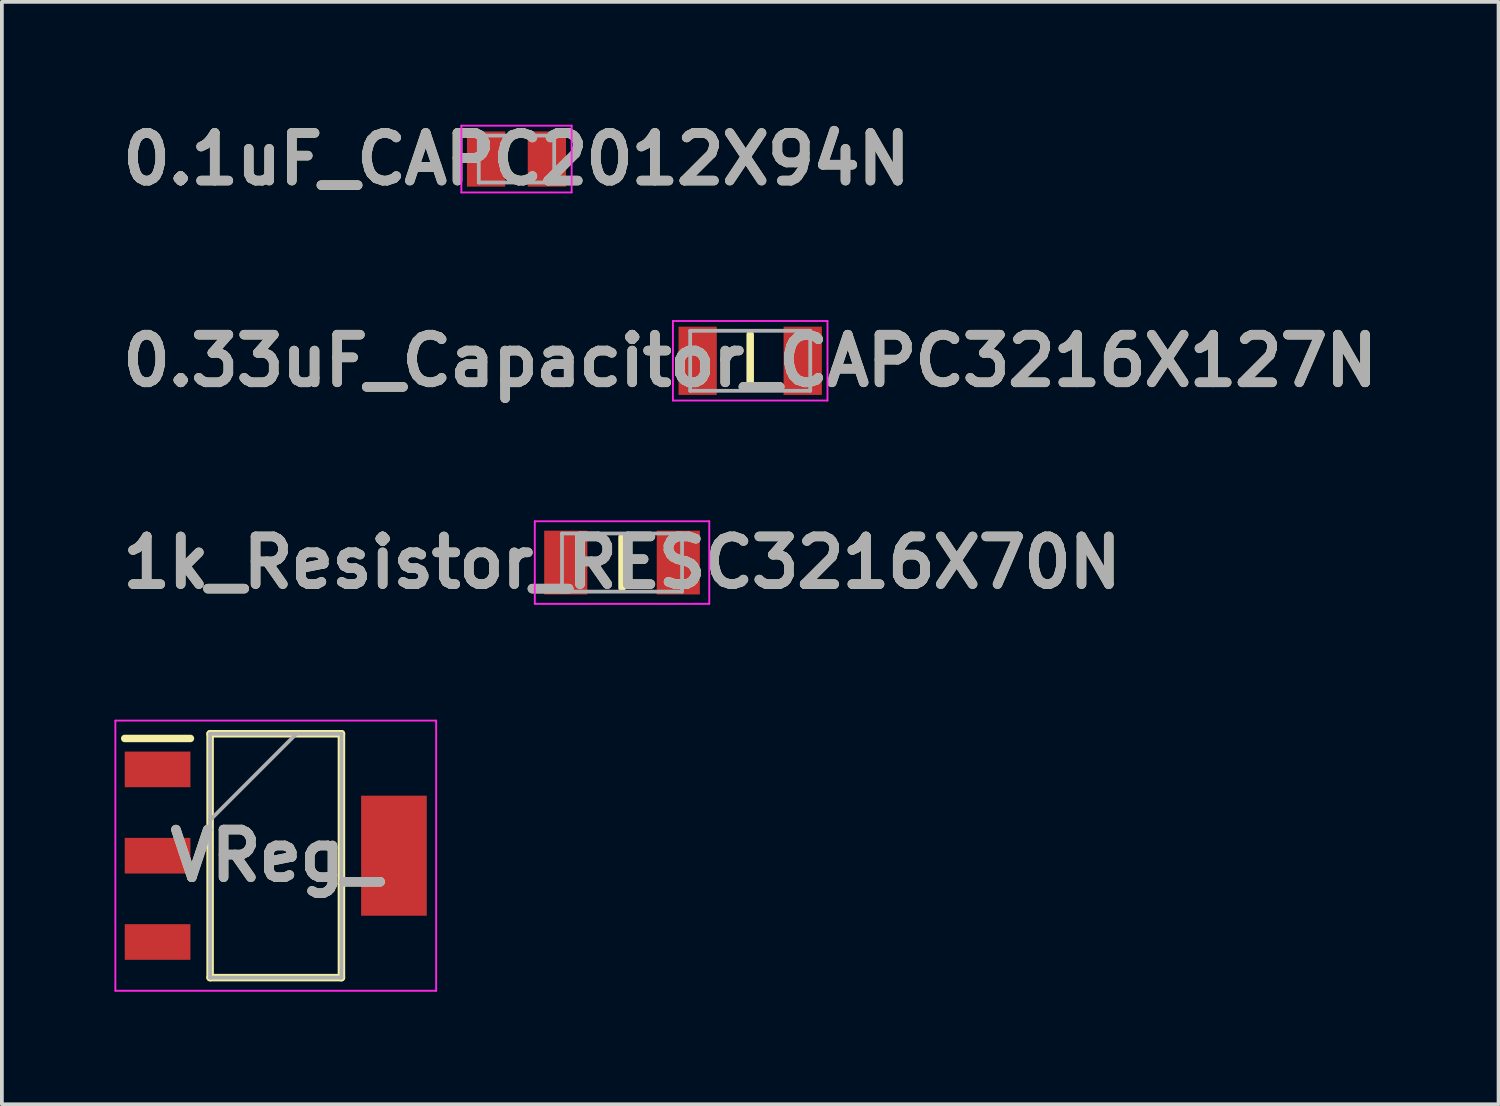
<source format=kicad_pcb>
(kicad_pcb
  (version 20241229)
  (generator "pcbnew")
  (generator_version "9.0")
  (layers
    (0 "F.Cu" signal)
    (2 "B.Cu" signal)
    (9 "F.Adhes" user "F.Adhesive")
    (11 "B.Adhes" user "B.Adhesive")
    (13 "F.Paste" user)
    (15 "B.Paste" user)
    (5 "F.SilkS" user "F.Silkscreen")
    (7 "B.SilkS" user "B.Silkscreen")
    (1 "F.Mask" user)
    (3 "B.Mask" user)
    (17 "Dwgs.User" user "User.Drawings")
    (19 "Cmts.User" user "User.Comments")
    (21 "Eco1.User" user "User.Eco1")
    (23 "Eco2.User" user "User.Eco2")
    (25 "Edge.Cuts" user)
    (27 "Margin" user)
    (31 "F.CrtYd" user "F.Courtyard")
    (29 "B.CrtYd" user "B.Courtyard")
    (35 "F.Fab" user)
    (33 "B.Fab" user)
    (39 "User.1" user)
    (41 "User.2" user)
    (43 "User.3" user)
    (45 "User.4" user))
  (footprint "VReg_"
    (layer "F.Cu")
    (at 4.3 19.757)
    (property "Reference" "VReg_" (at 0 0 0) (layer "F.SilkS") (effects (font (size 1.27 1.27) (thickness 0.254))))
    (attr smd)
    (fp_line (start -4.025 -3.125) (end -2.275 -3.125) (stroke (width 0.2) (type solid)) (layer "F.SilkS"))
    (fp_line (start -1.75 -3.25) (end 1.75 -3.25) (stroke (width 0.2) (type solid)) (layer "F.SilkS"))
    (fp_line (start -1.75 3.25) (end -1.75 -3.25) (stroke (width 0.2) (type solid)) (layer "F.SilkS"))
    (fp_line (start 1.75 -3.25) (end 1.75 3.25) (stroke (width 0.2) (type solid)) (layer "F.SilkS"))
    (fp_line (start 1.75 3.25) (end -1.75 3.25) (stroke (width 0.2) (type solid)) (layer "F.SilkS"))
    (fp_line (start -4.275 -3.6) (end 4.275 -3.6) (stroke (width 0.05) (type solid)) (layer "F.CrtYd"))
    (fp_line (start -4.275 3.6) (end -4.275 -3.6) (stroke (width 0.05) (type solid)) (layer "F.CrtYd"))
    (fp_line (start 4.275 -3.6) (end 4.275 3.6) (stroke (width 0.05) (type solid)) (layer "F.CrtYd"))
    (fp_line (start 4.275 3.6) (end -4.275 3.6) (stroke (width 0.05) (type solid)) (layer "F.CrtYd"))
    (fp_line (start -1.75 -3.25) (end 1.75 -3.25) (stroke (width 0.1) (type solid)) (layer "F.Fab"))
    (fp_line (start -1.75 -0.95) (end 0.55 -3.25) (stroke (width 0.1) (type solid)) (layer "F.Fab"))
    (fp_line (start -1.75 3.25) (end -1.75 -3.25) (stroke (width 0.1) (type solid)) (layer "F.Fab"))
    (fp_line (start 1.75 -3.25) (end 1.75 3.25) (stroke (width 0.1) (type solid)) (layer "F.Fab"))
    (fp_line (start 1.75 3.25) (end -1.75 3.25) (stroke (width 0.1) (type solid)) (layer "F.Fab"))
    (fp_text user "${REFERENCE}" (at 0 0 0) (layer "F.Fab") (effects (font (size 1.27 1.27) (thickness 0.254))))
    (pad "1" smd rect (at -3.15 -2.3 90) (size 0.95 1.75) (layers "F.Cu" "F.Mask" "F.Paste"))
    (pad "2" smd rect (at -3.15 0 90) (size 0.95 1.75) (layers "F.Cu" "F.Mask" "F.Paste"))
    (pad "3" smd rect (at -3.15 2.3 90) (size 0.95 1.75) (layers "F.Cu" "F.Mask" "F.Paste"))
    (pad "4" smd rect (at 3.15 0) (size 1.75 3.2) (layers "F.Cu" "F.Mask" "F.Paste")))
  (footprint "0.1uF_CAPC2012X94N"
    (layer "F.Cu")
    (at 10.716 1.189)
    (property "Reference" "0.1uF_CAPC2012X94N" (at 0 0 0) (layer "F.SilkS") (effects (font (size 1.27 1.27) (thickness 0.254))))
    (attr smd)
    (fp_line (start -1.47 -0.89) (end 1.47 -0.89) (stroke (width 0.05) (type solid)) (layer "F.CrtYd"))
    (fp_line (start -1.47 0.89) (end -1.47 -0.89) (stroke (width 0.05) (type solid)) (layer "F.CrtYd"))
    (fp_line (start 1.47 -0.89) (end 1.47 0.89) (stroke (width 0.05) (type solid)) (layer "F.CrtYd"))
    (fp_line (start 1.47 0.89) (end -1.47 0.89) (stroke (width 0.05) (type solid)) (layer "F.CrtYd"))
    (fp_line (start -1.005 -0.625) (end 1.005 -0.625) (stroke (width 0.1) (type solid)) (layer "F.Fab"))
    (fp_line (start -1.005 0.625) (end -1.005 -0.625) (stroke (width 0.1) (type solid)) (layer "F.Fab"))
    (fp_line (start 1.005 -0.625) (end 1.005 0.625) (stroke (width 0.1) (type solid)) (layer "F.Fab"))
    (fp_line (start 1.005 0.625) (end -1.005 0.625) (stroke (width 0.1) (type solid)) (layer "F.Fab"))
    (fp_text user "${REFERENCE}" (at 0 0 0) (layer "F.Fab") (effects (font (size 1.27 1.27) (thickness 0.254))))
    (pad "1" smd rect (at -0.81 0) (size 1.02 1.47) (layers "F.Cu" "F.Mask" "F.Paste"))
    (pad "2" smd rect (at 0.81 0) (size 1.02 1.47) (layers "F.Cu" "F.Mask" "F.Paste")))
  (footprint "1k_Resistor_RESC3216X70N"
    (layer "F.Cu")
    (at 13.529 11.944)
    (property "Reference" "1k_Resistor_RESC3216X70N" (at 0 0 0) (layer "F.SilkS") (effects (font (size 1.27 1.27) (thickness 0.254))))
    (attr smd)
    (fp_line (start 0 -0.675) (end 0 0.675) (stroke (width 0.2) (type solid)) (layer "F.SilkS"))
    (fp_line (start -2.325 -1.1) (end 2.325 -1.1) (stroke (width 0.05) (type solid)) (layer "F.CrtYd"))
    (fp_line (start -2.325 1.1) (end -2.325 -1.1) (stroke (width 0.05) (type solid)) (layer "F.CrtYd"))
    (fp_line (start 2.325 -1.1) (end 2.325 1.1) (stroke (width 0.05) (type solid)) (layer "F.CrtYd"))
    (fp_line (start 2.325 1.1) (end -2.325 1.1) (stroke (width 0.05) (type solid)) (layer "F.CrtYd"))
    (fp_line (start -1.6 -0.775) (end 1.6 -0.775) (stroke (width 0.1) (type solid)) (layer "F.Fab"))
    (fp_line (start -1.6 0.775) (end -1.6 -0.775) (stroke (width 0.1) (type solid)) (layer "F.Fab"))
    (fp_line (start 1.6 -0.775) (end 1.6 0.775) (stroke (width 0.1) (type solid)) (layer "F.Fab"))
    (fp_line (start 1.6 0.775) (end -1.6 0.775) (stroke (width 0.1) (type solid)) (layer "F.Fab"))
    (fp_text user "${REFERENCE}" (at 0 0 0) (layer "F.Fab") (effects (font (size 1.27 1.27) (thickness 0.254))))
    (pad "1" smd rect (at -1.5 0) (size 1.15 1.7) (layers "F.Cu" "F.Mask" "F.Paste"))
    (pad "2" smd rect (at 1.5 0) (size 1.15 1.7) (layers "F.Cu" "F.Mask" "F.Paste")))
  (footprint "0.33uF_Capacitor_CAPC3216X127N"
    (layer "F.Cu")
    (at 16.945 6.566)
    (property "Reference" "0.33uF_Capacitor_CAPC3216X127N" (at 0 0 0) (layer "F.SilkS") (effects (font (size 1.27 1.27) (thickness 0.254))))
    (attr smd)
    (fp_line (start 0 -0.7) (end 0 0.7) (stroke (width 0.2) (type solid)) (layer "F.SilkS"))
    (fp_line (start -2.06 -1.06) (end 2.06 -1.06) (stroke (width 0.05) (type solid)) (layer "F.CrtYd"))
    (fp_line (start -2.06 1.06) (end -2.06 -1.06) (stroke (width 0.05) (type solid)) (layer "F.CrtYd"))
    (fp_line (start 2.06 -1.06) (end 2.06 1.06) (stroke (width 0.05) (type solid)) (layer "F.CrtYd"))
    (fp_line (start 2.06 1.06) (end -2.06 1.06) (stroke (width 0.05) (type solid)) (layer "F.CrtYd"))
    (fp_line (start -1.6 -0.8) (end 1.6 -0.8) (stroke (width 0.1) (type solid)) (layer "F.Fab"))
    (fp_line (start -1.6 0.8) (end -1.6 -0.8) (stroke (width 0.1) (type solid)) (layer "F.Fab"))
    (fp_line (start 1.6 -0.8) (end 1.6 0.8) (stroke (width 0.1) (type solid)) (layer "F.Fab"))
    (fp_line (start 1.6 0.8) (end -1.6 0.8) (stroke (width 0.1) (type solid)) (layer "F.Fab"))
    (fp_text user "${REFERENCE}" (at 0 0 0) (layer "F.Fab") (effects (font (size 1.27 1.27) (thickness 0.254))))
    (pad "1" smd rect (at -1.4 0) (size 1.02 1.82) (layers "F.Cu" "F.Mask" "F.Paste"))
    (pad "2" smd rect (at 1.4 0) (size 1.02 1.82) (layers "F.Cu" "F.Mask" "F.Paste")))
  (gr_rect
    (start -3 -3)
    (end 36.891 26.382)
    (stroke (width 0.1) (type default))
    (fill no)
    (layer "Edge.Cuts")))
</source>
